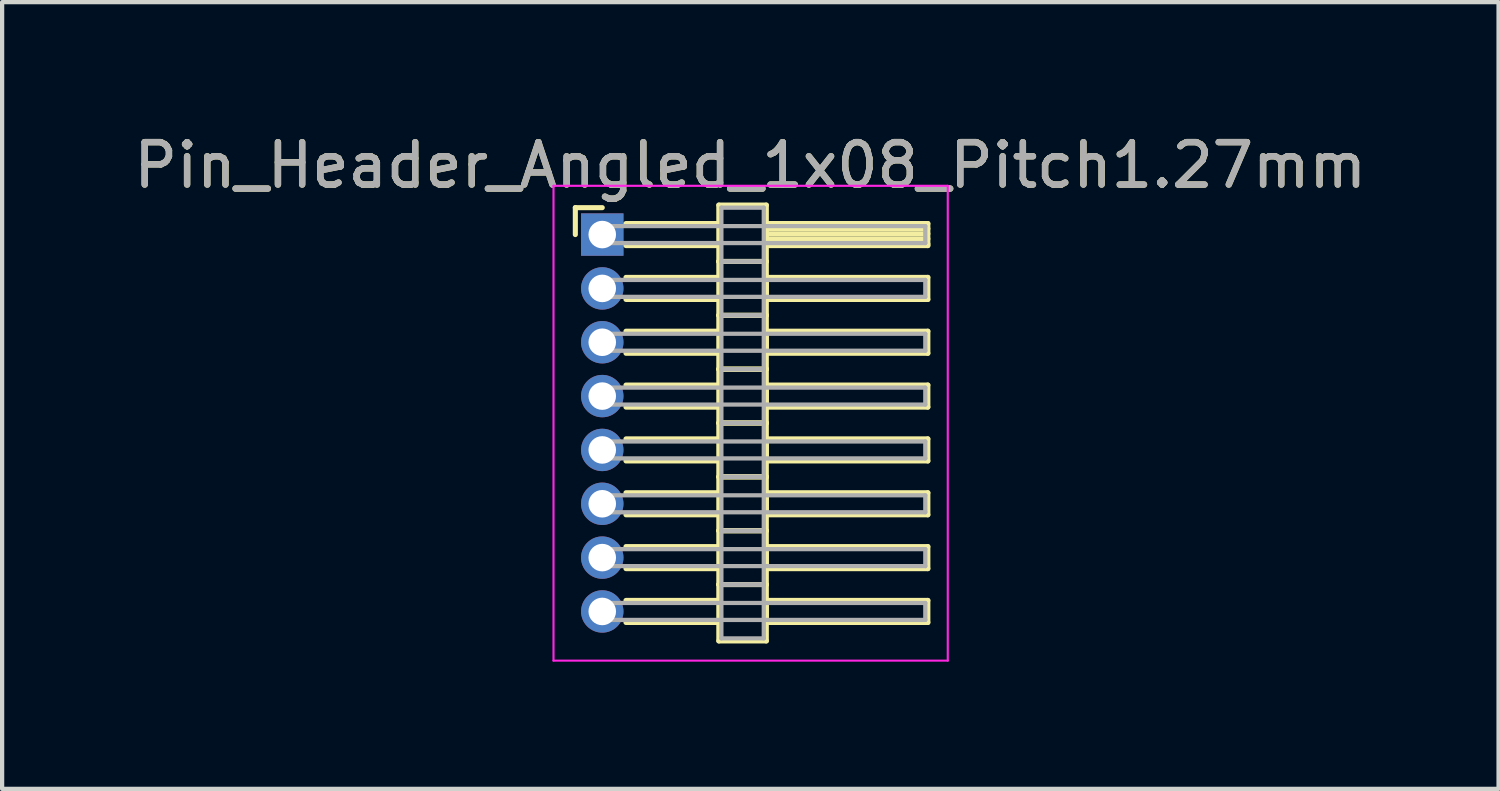
<source format=kicad_pcb>
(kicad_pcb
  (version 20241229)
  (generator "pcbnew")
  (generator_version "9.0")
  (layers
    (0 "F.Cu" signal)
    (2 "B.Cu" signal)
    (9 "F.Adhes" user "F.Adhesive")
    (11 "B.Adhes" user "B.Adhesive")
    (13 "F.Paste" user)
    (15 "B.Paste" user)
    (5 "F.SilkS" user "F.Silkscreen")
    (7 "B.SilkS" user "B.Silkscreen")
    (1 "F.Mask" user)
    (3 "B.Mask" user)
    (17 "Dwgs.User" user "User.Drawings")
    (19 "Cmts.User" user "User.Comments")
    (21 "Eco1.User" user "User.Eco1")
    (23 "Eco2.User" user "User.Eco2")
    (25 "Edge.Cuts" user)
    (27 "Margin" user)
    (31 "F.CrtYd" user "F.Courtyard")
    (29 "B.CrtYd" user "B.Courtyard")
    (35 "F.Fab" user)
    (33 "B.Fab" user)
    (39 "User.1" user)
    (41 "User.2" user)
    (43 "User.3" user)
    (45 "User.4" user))
  (footprint "Pin_Header_Angled_1x08_Pitch1.27mm"
    (layer "F.Cu")
    (at 11.156 2.483)
    (property "Reference" "Pin_Header_Angled_1x08_Pitch1.27mm" (at 3.493 -1.635 0) (layer "F.SilkS") (effects (font (size 1 1) (thickness 0.15))))
    (attr through_hole)
    (fp_line (start -0.635 -0.635) (end 0 -0.635) (stroke (width 0.12) (type solid)) (layer "F.SilkS"))
    (fp_line (start -0.635 0) (end -0.635 -0.635) (stroke (width 0.12) (type solid)) (layer "F.SilkS"))
    (fp_line (start 0.56 -0.26) (end 2.75 -0.26) (stroke (width 0.12) (type solid)) (layer "F.SilkS"))
    (fp_line (start 0.56 0.26) (end 2.75 0.26) (stroke (width 0.12) (type solid)) (layer "F.SilkS"))
    (fp_line (start 0.56 1.01) (end 2.75 1.01) (stroke (width 0.12) (type solid)) (layer "F.SilkS"))
    (fp_line (start 0.56 1.53) (end 2.75 1.53) (stroke (width 0.12) (type solid)) (layer "F.SilkS"))
    (fp_line (start 0.56 2.28) (end 2.75 2.28) (stroke (width 0.12) (type solid)) (layer "F.SilkS"))
    (fp_line (start 0.56 2.8) (end 2.75 2.8) (stroke (width 0.12) (type solid)) (layer "F.SilkS"))
    (fp_line (start 0.56 3.55) (end 2.75 3.55) (stroke (width 0.12) (type solid)) (layer "F.SilkS"))
    (fp_line (start 0.56 4.07) (end 2.75 4.07) (stroke (width 0.12) (type solid)) (layer "F.SilkS"))
    (fp_line (start 0.56 4.82) (end 2.75 4.82) (stroke (width 0.12) (type solid)) (layer "F.SilkS"))
    (fp_line (start 0.56 5.34) (end 2.75 5.34) (stroke (width 0.12) (type solid)) (layer "F.SilkS"))
    (fp_line (start 0.56 6.09) (end 2.75 6.09) (stroke (width 0.12) (type solid)) (layer "F.SilkS"))
    (fp_line (start 0.56 6.61) (end 2.75 6.61) (stroke (width 0.12) (type solid)) (layer "F.SilkS"))
    (fp_line (start 0.56 7.36) (end 2.75 7.36) (stroke (width 0.12) (type solid)) (layer "F.SilkS"))
    (fp_line (start 0.56 7.88) (end 2.75 7.88) (stroke (width 0.12) (type solid)) (layer "F.SilkS"))
    (fp_line (start 0.56 8.63) (end 2.75 8.63) (stroke (width 0.12) (type solid)) (layer "F.SilkS"))
    (fp_line (start 0.56 9.15) (end 2.75 9.15) (stroke (width 0.12) (type solid)) (layer "F.SilkS"))
    (fp_line (start 2.75 -0.695) (end 2.75 0.635) (stroke (width 0.12) (type solid)) (layer "F.SilkS"))
    (fp_line (start 2.75 0.635) (end 2.75 1.905) (stroke (width 0.12) (type solid)) (layer "F.SilkS"))
    (fp_line (start 2.75 0.635) (end 3.87 0.635) (stroke (width 0.12) (type solid)) (layer "F.SilkS"))
    (fp_line (start 2.75 1.905) (end 2.75 3.175) (stroke (width 0.12) (type solid)) (layer "F.SilkS"))
    (fp_line (start 2.75 1.905) (end 3.87 1.905) (stroke (width 0.12) (type solid)) (layer "F.SilkS"))
    (fp_line (start 2.75 3.175) (end 2.75 4.445) (stroke (width 0.12) (type solid)) (layer "F.SilkS"))
    (fp_line (start 2.75 3.175) (end 3.87 3.175) (stroke (width 0.12) (type solid)) (layer "F.SilkS"))
    (fp_line (start 2.75 4.445) (end 2.75 5.715) (stroke (width 0.12) (type solid)) (layer "F.SilkS"))
    (fp_line (start 2.75 4.445) (end 3.87 4.445) (stroke (width 0.12) (type solid)) (layer "F.SilkS"))
    (fp_line (start 2.75 5.715) (end 2.75 6.985) (stroke (width 0.12) (type solid)) (layer "F.SilkS"))
    (fp_line (start 2.75 5.715) (end 3.87 5.715) (stroke (width 0.12) (type solid)) (layer "F.SilkS"))
    (fp_line (start 2.75 6.985) (end 2.75 8.255) (stroke (width 0.12) (type solid)) (layer "F.SilkS"))
    (fp_line (start 2.75 6.985) (end 3.87 6.985) (stroke (width 0.12) (type solid)) (layer "F.SilkS"))
    (fp_line (start 2.75 8.255) (end 2.75 9.585) (stroke (width 0.12) (type solid)) (layer "F.SilkS"))
    (fp_line (start 2.75 8.255) (end 3.87 8.255) (stroke (width 0.12) (type solid)) (layer "F.SilkS"))
    (fp_line (start 2.75 9.585) (end 3.87 9.585) (stroke (width 0.12) (type solid)) (layer "F.SilkS"))
    (fp_line (start 3.87 -0.695) (end 2.75 -0.695) (stroke (width 0.12) (type solid)) (layer "F.SilkS"))
    (fp_line (start 3.87 -0.26) (end 3.87 0.26) (stroke (width 0.12) (type solid)) (layer "F.SilkS"))
    (fp_line (start 3.87 -0.14) (end 7.68 -0.14) (stroke (width 0.12) (type solid)) (layer "F.SilkS"))
    (fp_line (start 3.87 -0.02) (end 7.68 -0.02) (stroke (width 0.12) (type solid)) (layer "F.SilkS"))
    (fp_line (start 3.87 0.1) (end 7.68 0.1) (stroke (width 0.12) (type solid)) (layer "F.SilkS"))
    (fp_line (start 3.87 0.22) (end 7.68 0.22) (stroke (width 0.12) (type solid)) (layer "F.SilkS"))
    (fp_line (start 3.87 0.26) (end 7.68 0.26) (stroke (width 0.12) (type solid)) (layer "F.SilkS"))
    (fp_line (start 3.87 0.635) (end 2.75 0.635) (stroke (width 0.12) (type solid)) (layer "F.SilkS"))
    (fp_line (start 3.87 0.635) (end 3.87 -0.695) (stroke (width 0.12) (type solid)) (layer "F.SilkS"))
    (fp_line (start 3.87 1.01) (end 3.87 1.53) (stroke (width 0.12) (type solid)) (layer "F.SilkS"))
    (fp_line (start 3.87 1.53) (end 7.68 1.53) (stroke (width 0.12) (type solid)) (layer "F.SilkS"))
    (fp_line (start 3.87 1.905) (end 2.75 1.905) (stroke (width 0.12) (type solid)) (layer "F.SilkS"))
    (fp_line (start 3.87 1.905) (end 3.87 0.635) (stroke (width 0.12) (type solid)) (layer "F.SilkS"))
    (fp_line (start 3.87 2.28) (end 3.87 2.8) (stroke (width 0.12) (type solid)) (layer "F.SilkS"))
    (fp_line (start 3.87 2.8) (end 7.68 2.8) (stroke (width 0.12) (type solid)) (layer "F.SilkS"))
    (fp_line (start 3.87 3.175) (end 2.75 3.175) (stroke (width 0.12) (type solid)) (layer "F.SilkS"))
    (fp_line (start 3.87 3.175) (end 3.87 1.905) (stroke (width 0.12) (type solid)) (layer "F.SilkS"))
    (fp_line (start 3.87 3.55) (end 3.87 4.07) (stroke (width 0.12) (type solid)) (layer "F.SilkS"))
    (fp_line (start 3.87 4.07) (end 7.68 4.07) (stroke (width 0.12) (type solid)) (layer "F.SilkS"))
    (fp_line (start 3.87 4.445) (end 2.75 4.445) (stroke (width 0.12) (type solid)) (layer "F.SilkS"))
    (fp_line (start 3.87 4.445) (end 3.87 3.175) (stroke (width 0.12) (type solid)) (layer "F.SilkS"))
    (fp_line (start 3.87 4.82) (end 3.87 5.34) (stroke (width 0.12) (type solid)) (layer "F.SilkS"))
    (fp_line (start 3.87 5.34) (end 7.68 5.34) (stroke (width 0.12) (type solid)) (layer "F.SilkS"))
    (fp_line (start 3.87 5.715) (end 2.75 5.715) (stroke (width 0.12) (type solid)) (layer "F.SilkS"))
    (fp_line (start 3.87 5.715) (end 3.87 4.445) (stroke (width 0.12) (type solid)) (layer "F.SilkS"))
    (fp_line (start 3.87 6.09) (end 3.87 6.61) (stroke (width 0.12) (type solid)) (layer "F.SilkS"))
    (fp_line (start 3.87 6.61) (end 7.68 6.61) (stroke (width 0.12) (type solid)) (layer "F.SilkS"))
    (fp_line (start 3.87 6.985) (end 2.75 6.985) (stroke (width 0.12) (type solid)) (layer "F.SilkS"))
    (fp_line (start 3.87 6.985) (end 3.87 5.715) (stroke (width 0.12) (type solid)) (layer "F.SilkS"))
    (fp_line (start 3.87 7.36) (end 3.87 7.88) (stroke (width 0.12) (type solid)) (layer "F.SilkS"))
    (fp_line (start 3.87 7.88) (end 7.68 7.88) (stroke (width 0.12) (type solid)) (layer "F.SilkS"))
    (fp_line (start 3.87 8.255) (end 2.75 8.255) (stroke (width 0.12) (type solid)) (layer "F.SilkS"))
    (fp_line (start 3.87 8.255) (end 3.87 6.985) (stroke (width 0.12) (type solid)) (layer "F.SilkS"))
    (fp_line (start 3.87 8.63) (end 3.87 9.15) (stroke (width 0.12) (type solid)) (layer "F.SilkS"))
    (fp_line (start 3.87 9.15) (end 7.68 9.15) (stroke (width 0.12) (type solid)) (layer "F.SilkS"))
    (fp_line (start 3.87 9.585) (end 3.87 8.255) (stroke (width 0.12) (type solid)) (layer "F.SilkS"))
    (fp_line (start 7.68 -0.26) (end 3.87 -0.26) (stroke (width 0.12) (type solid)) (layer "F.SilkS"))
    (fp_line (start 7.68 0.26) (end 7.68 -0.26) (stroke (width 0.12) (type solid)) (layer "F.SilkS"))
    (fp_line (start 7.68 1.01) (end 3.87 1.01) (stroke (width 0.12) (type solid)) (layer "F.SilkS"))
    (fp_line (start 7.68 1.53) (end 7.68 1.01) (stroke (width 0.12) (type solid)) (layer "F.SilkS"))
    (fp_line (start 7.68 2.28) (end 3.87 2.28) (stroke (width 0.12) (type solid)) (layer "F.SilkS"))
    (fp_line (start 7.68 2.8) (end 7.68 2.28) (stroke (width 0.12) (type solid)) (layer "F.SilkS"))
    (fp_line (start 7.68 3.55) (end 3.87 3.55) (stroke (width 0.12) (type solid)) (layer "F.SilkS"))
    (fp_line (start 7.68 4.07) (end 7.68 3.55) (stroke (width 0.12) (type solid)) (layer "F.SilkS"))
    (fp_line (start 7.68 4.82) (end 3.87 4.82) (stroke (width 0.12) (type solid)) (layer "F.SilkS"))
    (fp_line (start 7.68 5.34) (end 7.68 4.82) (stroke (width 0.12) (type solid)) (layer "F.SilkS"))
    (fp_line (start 7.68 6.09) (end 3.87 6.09) (stroke (width 0.12) (type solid)) (layer "F.SilkS"))
    (fp_line (start 7.68 6.61) (end 7.68 6.09) (stroke (width 0.12) (type solid)) (layer "F.SilkS"))
    (fp_line (start 7.68 7.36) (end 3.87 7.36) (stroke (width 0.12) (type solid)) (layer "F.SilkS"))
    (fp_line (start 7.68 7.88) (end 7.68 7.36) (stroke (width 0.12) (type solid)) (layer "F.SilkS"))
    (fp_line (start 7.68 8.63) (end 3.87 8.63) (stroke (width 0.12) (type solid)) (layer "F.SilkS"))
    (fp_line (start 7.68 9.15) (end 7.68 8.63) (stroke (width 0.12) (type solid)) (layer "F.SilkS"))
    (fp_line (start -1.15 -1.15) (end -1.15 10.05) (stroke (width 0.05) (type solid)) (layer "F.CrtYd"))
    (fp_line (start -1.15 10.05) (end 8.15 10.05) (stroke (width 0.05) (type solid)) (layer "F.CrtYd"))
    (fp_line (start 8.15 -1.15) (end -1.15 -1.15) (stroke (width 0.05) (type solid)) (layer "F.CrtYd"))
    (fp_line (start 8.15 10.05) (end 8.15 -1.15) (stroke (width 0.05) (type solid)) (layer "F.CrtYd"))
    (fp_line (start 0 -0.2) (end 0 0.2) (stroke (width 0.1) (type solid)) (layer "F.Fab"))
    (fp_line (start 0 0.2) (end 7.62 0.2) (stroke (width 0.1) (type solid)) (layer "F.Fab"))
    (fp_line (start 0 1.07) (end 0 1.47) (stroke (width 0.1) (type solid)) (layer "F.Fab"))
    (fp_line (start 0 1.47) (end 7.62 1.47) (stroke (width 0.1) (type solid)) (layer "F.Fab"))
    (fp_line (start 0 2.34) (end 0 2.74) (stroke (width 0.1) (type solid)) (layer "F.Fab"))
    (fp_line (start 0 2.74) (end 7.62 2.74) (stroke (width 0.1) (type solid)) (layer "F.Fab"))
    (fp_line (start 0 3.61) (end 0 4.01) (stroke (width 0.1) (type solid)) (layer "F.Fab"))
    (fp_line (start 0 4.01) (end 7.62 4.01) (stroke (width 0.1) (type solid)) (layer "F.Fab"))
    (fp_line (start 0 4.88) (end 0 5.28) (stroke (width 0.1) (type solid)) (layer "F.Fab"))
    (fp_line (start 0 5.28) (end 7.62 5.28) (stroke (width 0.1) (type solid)) (layer "F.Fab"))
    (fp_line (start 0 6.15) (end 0 6.55) (stroke (width 0.1) (type solid)) (layer "F.Fab"))
    (fp_line (start 0 6.55) (end 7.62 6.55) (stroke (width 0.1) (type solid)) (layer "F.Fab"))
    (fp_line (start 0 7.42) (end 0 7.82) (stroke (width 0.1) (type solid)) (layer "F.Fab"))
    (fp_line (start 0 7.82) (end 7.62 7.82) (stroke (width 0.1) (type solid)) (layer "F.Fab"))
    (fp_line (start 0 8.69) (end 0 9.09) (stroke (width 0.1) (type solid)) (layer "F.Fab"))
    (fp_line (start 0 9.09) (end 7.62 9.09) (stroke (width 0.1) (type solid)) (layer "F.Fab"))
    (fp_line (start 2.81 -0.635) (end 2.81 0.635) (stroke (width 0.1) (type solid)) (layer "F.Fab"))
    (fp_line (start 2.81 0.635) (end 2.81 1.905) (stroke (width 0.1) (type solid)) (layer "F.Fab"))
    (fp_line (start 2.81 0.635) (end 3.81 0.635) (stroke (width 0.1) (type solid)) (layer "F.Fab"))
    (fp_line (start 2.81 1.905) (end 2.81 3.175) (stroke (width 0.1) (type solid)) (layer "F.Fab"))
    (fp_line (start 2.81 1.905) (end 3.81 1.905) (stroke (width 0.1) (type solid)) (layer "F.Fab"))
    (fp_line (start 2.81 3.175) (end 2.81 4.445) (stroke (width 0.1) (type solid)) (layer "F.Fab"))
    (fp_line (start 2.81 3.175) (end 3.81 3.175) (stroke (width 0.1) (type solid)) (layer "F.Fab"))
    (fp_line (start 2.81 4.445) (end 2.81 5.715) (stroke (width 0.1) (type solid)) (layer "F.Fab"))
    (fp_line (start 2.81 4.445) (end 3.81 4.445) (stroke (width 0.1) (type solid)) (layer "F.Fab"))
    (fp_line (start 2.81 5.715) (end 2.81 6.985) (stroke (width 0.1) (type solid)) (layer "F.Fab"))
    (fp_line (start 2.81 5.715) (end 3.81 5.715) (stroke (width 0.1) (type solid)) (layer "F.Fab"))
    (fp_line (start 2.81 6.985) (end 2.81 8.255) (stroke (width 0.1) (type solid)) (layer "F.Fab"))
    (fp_line (start 2.81 6.985) (end 3.81 6.985) (stroke (width 0.1) (type solid)) (layer "F.Fab"))
    (fp_line (start 2.81 8.255) (end 2.81 9.525) (stroke (width 0.1) (type solid)) (layer "F.Fab"))
    (fp_line (start 2.81 8.255) (end 3.81 8.255) (stroke (width 0.1) (type solid)) (layer "F.Fab"))
    (fp_line (start 2.81 9.525) (end 3.81 9.525) (stroke (width 0.1) (type solid)) (layer "F.Fab"))
    (fp_line (start 3.81 -0.635) (end 2.81 -0.635) (stroke (width 0.1) (type solid)) (layer "F.Fab"))
    (fp_line (start 3.81 0.635) (end 2.81 0.635) (stroke (width 0.1) (type solid)) (layer "F.Fab"))
    (fp_line (start 3.81 0.635) (end 3.81 -0.635) (stroke (width 0.1) (type solid)) (layer "F.Fab"))
    (fp_line (start 3.81 1.905) (end 2.81 1.905) (stroke (width 0.1) (type solid)) (layer "F.Fab"))
    (fp_line (start 3.81 1.905) (end 3.81 0.635) (stroke (width 0.1) (type solid)) (layer "F.Fab"))
    (fp_line (start 3.81 3.175) (end 2.81 3.175) (stroke (width 0.1) (type solid)) (layer "F.Fab"))
    (fp_line (start 3.81 3.175) (end 3.81 1.905) (stroke (width 0.1) (type solid)) (layer "F.Fab"))
    (fp_line (start 3.81 4.445) (end 2.81 4.445) (stroke (width 0.1) (type solid)) (layer "F.Fab"))
    (fp_line (start 3.81 4.445) (end 3.81 3.175) (stroke (width 0.1) (type solid)) (layer "F.Fab"))
    (fp_line (start 3.81 5.715) (end 2.81 5.715) (stroke (width 0.1) (type solid)) (layer "F.Fab"))
    (fp_line (start 3.81 5.715) (end 3.81 4.445) (stroke (width 0.1) (type solid)) (layer "F.Fab"))
    (fp_line (start 3.81 6.985) (end 2.81 6.985) (stroke (width 0.1) (type solid)) (layer "F.Fab"))
    (fp_line (start 3.81 6.985) (end 3.81 5.715) (stroke (width 0.1) (type solid)) (layer "F.Fab"))
    (fp_line (start 3.81 8.255) (end 2.81 8.255) (stroke (width 0.1) (type solid)) (layer "F.Fab"))
    (fp_line (start 3.81 8.255) (end 3.81 6.985) (stroke (width 0.1) (type solid)) (layer "F.Fab"))
    (fp_line (start 3.81 9.525) (end 3.81 8.255) (stroke (width 0.1) (type solid)) (layer "F.Fab"))
    (fp_line (start 7.62 -0.2) (end 0 -0.2) (stroke (width 0.1) (type solid)) (layer "F.Fab"))
    (fp_line (start 7.62 0.2) (end 7.62 -0.2) (stroke (width 0.1) (type solid)) (layer "F.Fab"))
    (fp_line (start 7.62 1.07) (end 0 1.07) (stroke (width 0.1) (type solid)) (layer "F.Fab"))
    (fp_line (start 7.62 1.47) (end 7.62 1.07) (stroke (width 0.1) (type solid)) (layer "F.Fab"))
    (fp_line (start 7.62 2.34) (end 0 2.34) (stroke (width 0.1) (type solid)) (layer "F.Fab"))
    (fp_line (start 7.62 2.74) (end 7.62 2.34) (stroke (width 0.1) (type solid)) (layer "F.Fab"))
    (fp_line (start 7.62 3.61) (end 0 3.61) (stroke (width 0.1) (type solid)) (layer "F.Fab"))
    (fp_line (start 7.62 4.01) (end 7.62 3.61) (stroke (width 0.1) (type solid)) (layer "F.Fab"))
    (fp_line (start 7.62 4.88) (end 0 4.88) (stroke (width 0.1) (type solid)) (layer "F.Fab"))
    (fp_line (start 7.62 5.28) (end 7.62 4.88) (stroke (width 0.1) (type solid)) (layer "F.Fab"))
    (fp_line (start 7.62 6.15) (end 0 6.15) (stroke (width 0.1) (type solid)) (layer "F.Fab"))
    (fp_line (start 7.62 6.55) (end 7.62 6.15) (stroke (width 0.1) (type solid)) (layer "F.Fab"))
    (fp_line (start 7.62 7.42) (end 0 7.42) (stroke (width 0.1) (type solid)) (layer "F.Fab"))
    (fp_line (start 7.62 7.82) (end 7.62 7.42) (stroke (width 0.1) (type solid)) (layer "F.Fab"))
    (fp_line (start 7.62 8.69) (end 0 8.69) (stroke (width 0.1) (type solid)) (layer "F.Fab"))
    (fp_line (start 7.62 9.09) (end 7.62 8.69) (stroke (width 0.1) (type solid)) (layer "F.Fab"))
    (fp_text user "${REFERENCE}" (at 3.493 -1.635 0) (layer "F.Fab") (effects (font (size 1 1) (thickness 0.15))))
    (pad "1" thru_hole rect (at 0 0) (size 1 1) (drill 0.65) (layers "*.Cu" "*.Mask"))
    (pad "2" thru_hole oval (at 0 1.27) (size 1 1) (drill 0.65) (layers "*.Cu" "*.Mask"))
    (pad "3" thru_hole oval (at 0 2.54) (size 1 1) (drill 0.65) (layers "*.Cu" "*.Mask"))
    (pad "4" thru_hole oval (at 0 3.81) (size 1 1) (drill 0.65) (layers "*.Cu" "*.Mask"))
    (pad "5" thru_hole oval (at 0 5.08) (size 1 1) (drill 0.65) (layers "*.Cu" "*.Mask"))
    (pad "6" thru_hole oval (at 0 6.35) (size 1 1) (drill 0.65) (layers "*.Cu" "*.Mask"))
    (pad "7" thru_hole oval (at 0 7.62) (size 1 1) (drill 0.65) (layers "*.Cu" "*.Mask"))
    (pad "8" thru_hole oval (at 0 8.89) (size 1 1) (drill 0.65) (layers "*.Cu" "*.Mask")))
  (gr_rect
    (start -3 -3)
    (end 32.298 15.558)
    (stroke (width 0.1) (type default))
    (fill no)
    (layer "Edge.Cuts")))
</source>
